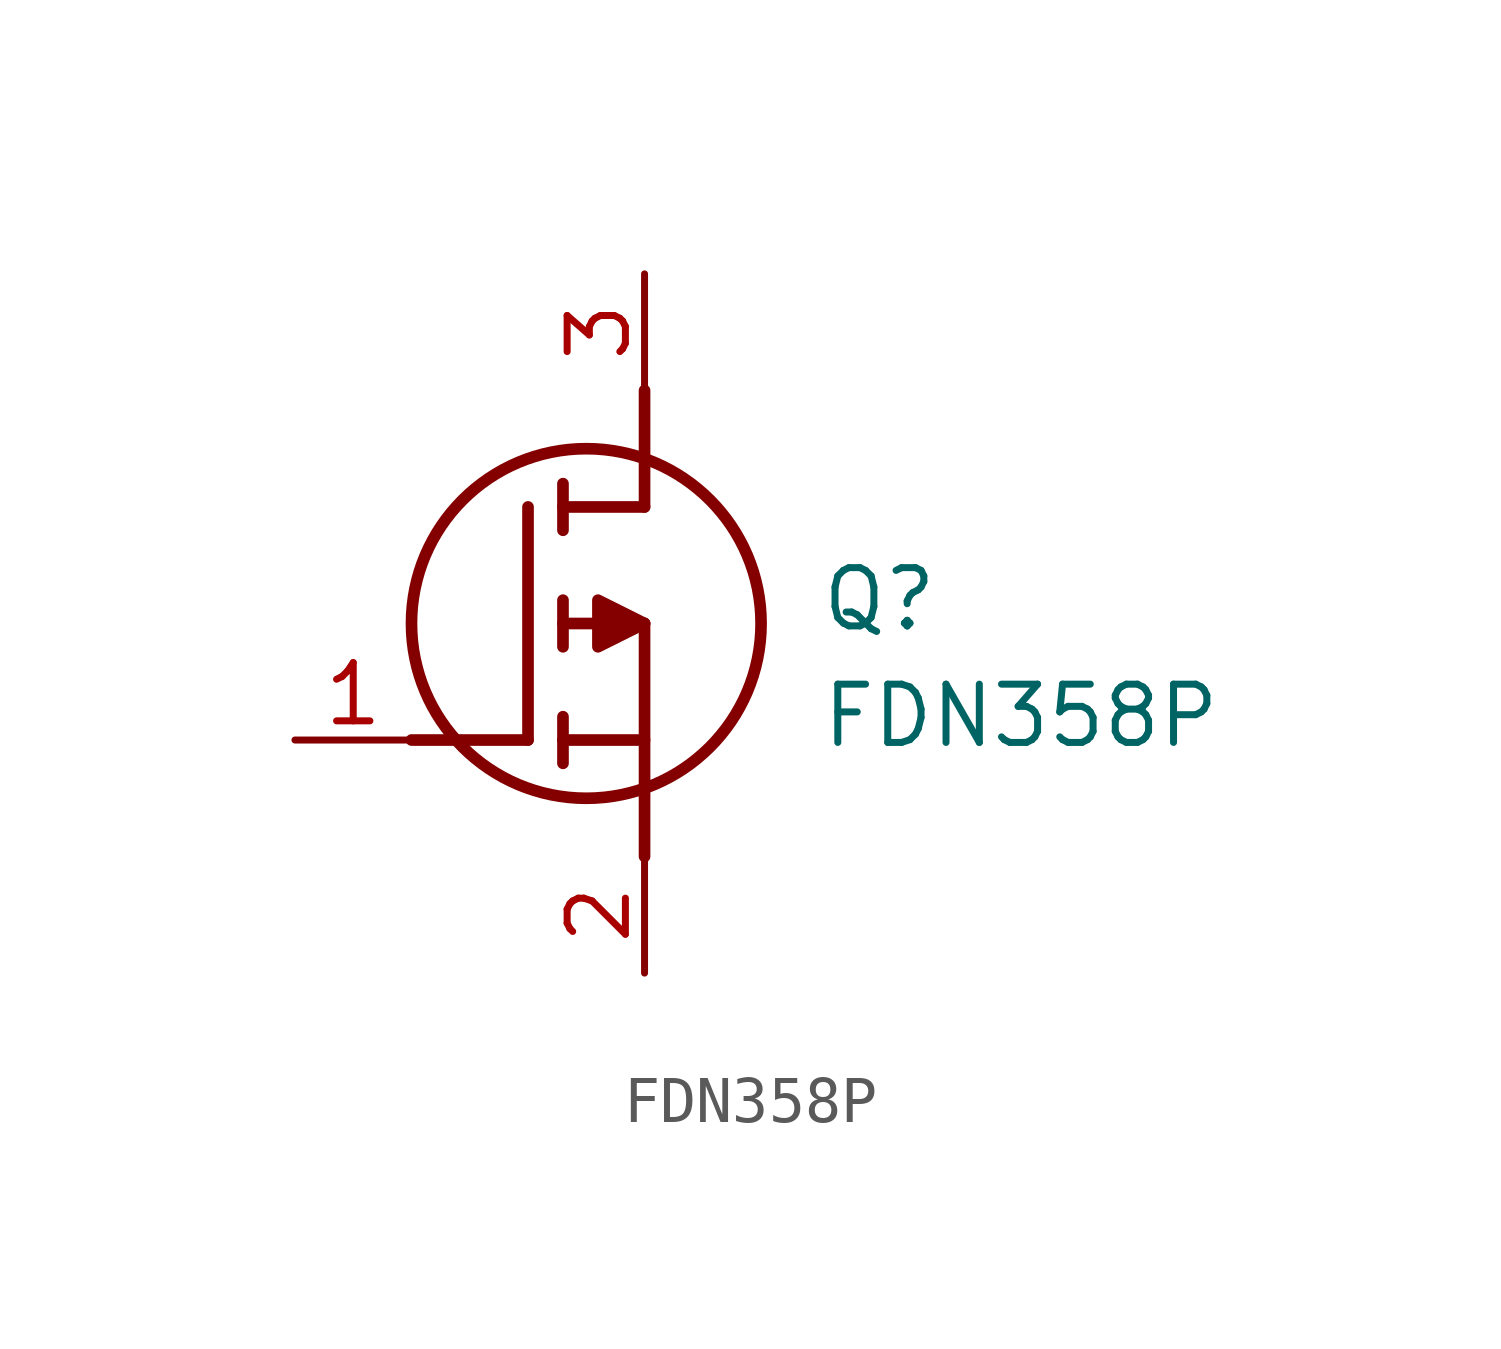
<source format=kicad_sym>
(kicad_symbol_lib
  (version 20211014)
  (generator SamacSys_ECAD_Model)
  (symbol "FDN358P"
    (pin_names hide)
    (property "Reference" "Q"
      (at 11.43 3.81 0)
      (effects (font (size 1.27 1.27)) (justify left top)))
    (property "Value" "FDN358P"
      (at 11.43 1.27 0)
      (effects (font (size 1.27 1.27)) (justify left top)))
    (polyline
      (pts (xy 7.62 2.54) (xy 7.62 -2.54))
      (stroke (width 0.254) (type default))
      (fill (type none)))
    (polyline
      (pts (xy 7.62 5.08) (xy 7.62 7.62))
      (stroke (width 0.254) (type default))
      (fill (type none)))
    (polyline
      (pts (xy 2.54 0) (xy 5.08 0))
      (stroke (width 0.254) (type default))
      (fill (type none)))
    (polyline
      (pts (xy 5.08 5.08) (xy 5.08 0))
      (stroke (width 0.254) (type default))
      (fill (type none)))
    (polyline
      (pts (xy 7.62 2.54) (xy 5.842 2.54))
      (stroke (width 0.254) (type default))
      (fill (type none)))
    (polyline
      (pts (xy 7.62 5.08) (xy 5.842 5.08))
      (stroke (width 0.254) (type default))
      (fill (type none)))
    (polyline
      (pts (xy 5.842 0) (xy 7.62 0))
      (stroke (width 0.254) (type default))
      (fill (type none)))
    (polyline
      (pts (xy 5.842 5.588) (xy 5.842 4.572))
      (stroke (width 0.254) (type default))
      (fill (type none)))
    (polyline
      (pts (xy 5.842 -0.508) (xy 5.842 0.508))
      (stroke (width 0.254) (type default))
      (fill (type none)))
    (polyline
      (pts (xy 5.842 2.032) (xy 5.842 3.048))
      (stroke (width 0.254) (type default))
      (fill (type none)))
    (circle
      (center 6.35 2.54)
      (radius 3.81)
      (stroke (width 0.254) (type default))
      (fill (type none)))
    (polyline
      (pts (xy 7.62 2.54) (xy 6.604 3.048) (xy 6.604 2.032) (xy 7.62 2.54))
      (stroke (width 0.254) (type default))
      (fill (type outline)))
    (pin passive line
      (at 0 0 0)
      (length 2.54)
      (name "G" (effects (font (size 1.27 1.27))))
      (number "1" (effects (font (size 1.27 1.27)))))
    (pin passive line
      (at 7.62 10.16 270)
      (length 2.54)
      (name "D" (effects (font (size 1.27 1.27))))
      (number "3" (effects (font (size 1.27 1.27)))))
    (pin passive line
      (at 7.62 -5.08 90)
      (length 2.54)
      (name "S" (effects (font (size 1.27 1.27))))
      (number "2" (effects (font (size 1.27 1.27)))))))
</source>
